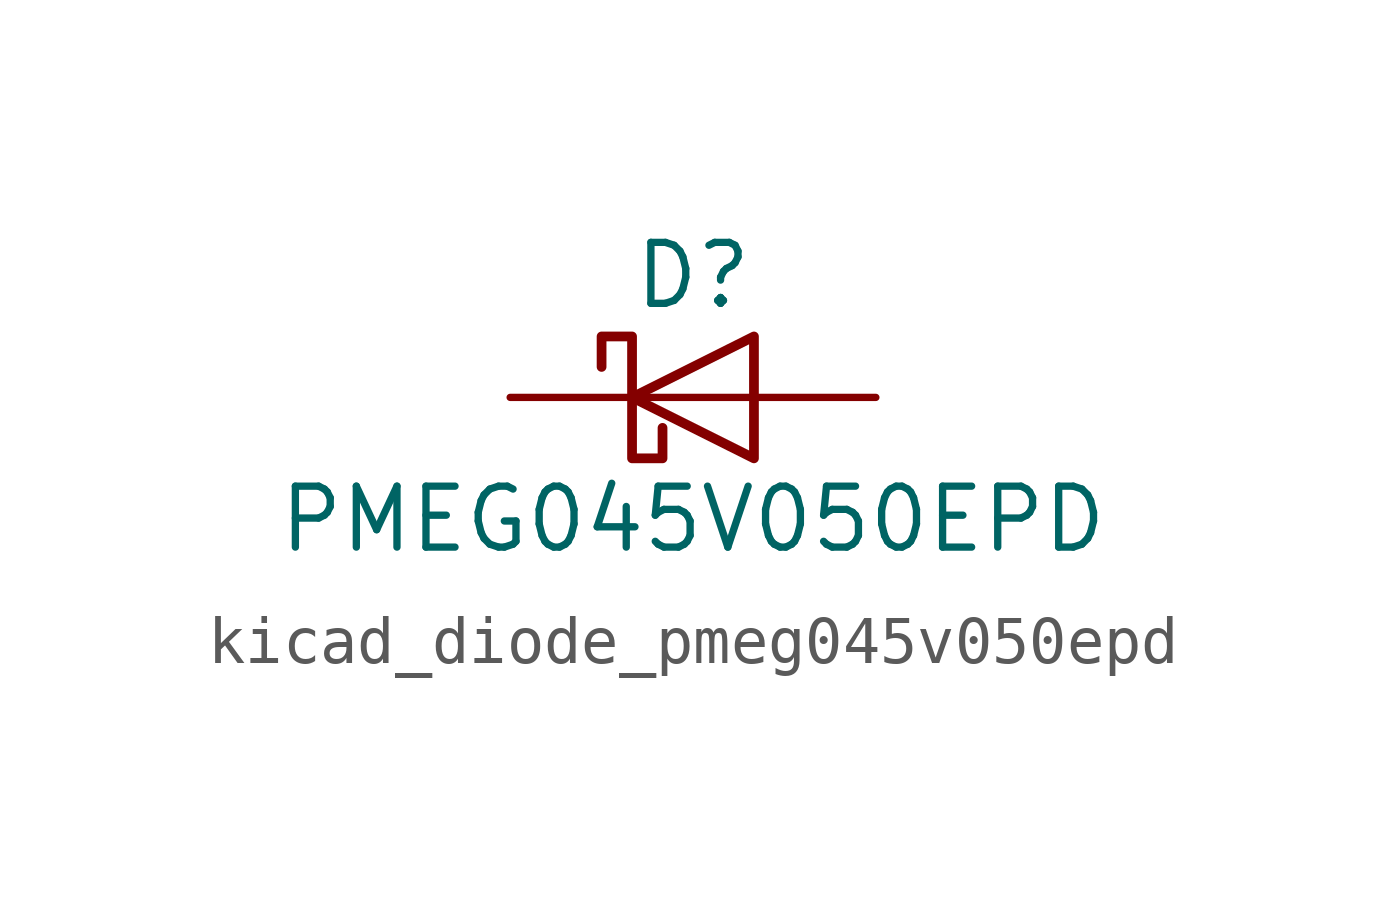
<source format=kicad_sym>
(kicad_symbol_lib
  (version 20220914)
  (generator kicad_symbol_editor)
  (symbol "kicad_diode_pmeg045v050epd"
    (pin_numbers hide)
    (pin_names hide)
    (property "Reference" "D"
      (at 0 2.54 0)
      (effects (font (size 1.27 1.27))))
    (property "Value" "PMEG045V050EPD"
      (at 0 -2.54 0)
      (effects (font (size 1.27 1.27))))
    (symbol "kicad_diode_pmeg045v050epd_0_1"
      (polyline (pts (xy 1.27 0) (xy -1.27 0)) (stroke (width 0) (type default)) (fill (type none)))
      (polyline (pts (xy 1.27 1.27) (xy 1.27 -1.27) (xy -1.27 0) (xy 1.27 1.27)) (stroke (width 0.203) (type default)) (fill (type none)))
      (polyline (pts (xy -1.905 0.635) (xy -1.905 1.27) (xy -1.27 1.27) (xy -1.27 -1.27) (xy -0.635 -1.27) (xy -0.635 -0.635)) (stroke (width 0.203) (type default)) (fill (type none))))
    (symbol "kicad_diode_pmeg045v050epd_1_1"
      (pin passive line (at 3.81 0 180) (length 2.54) (name "A" (effects (font (size 1.27 1.27)))) (number "1" (effects (font (size 1.27 1.27)))))
      (pin passive line (at 3.81 0 180) (length 2.54) hide (name "A" (effects (font (size 1.27 1.27)))) (number "2" (effects (font (size 1.27 1.27)))))
      (pin passive line (at -3.81 0 0) (length 2.54) (name "K" (effects (font (size 1.27 1.27)))) (number "3" (effects (font (size 1.27 1.27))))))))
</source>
